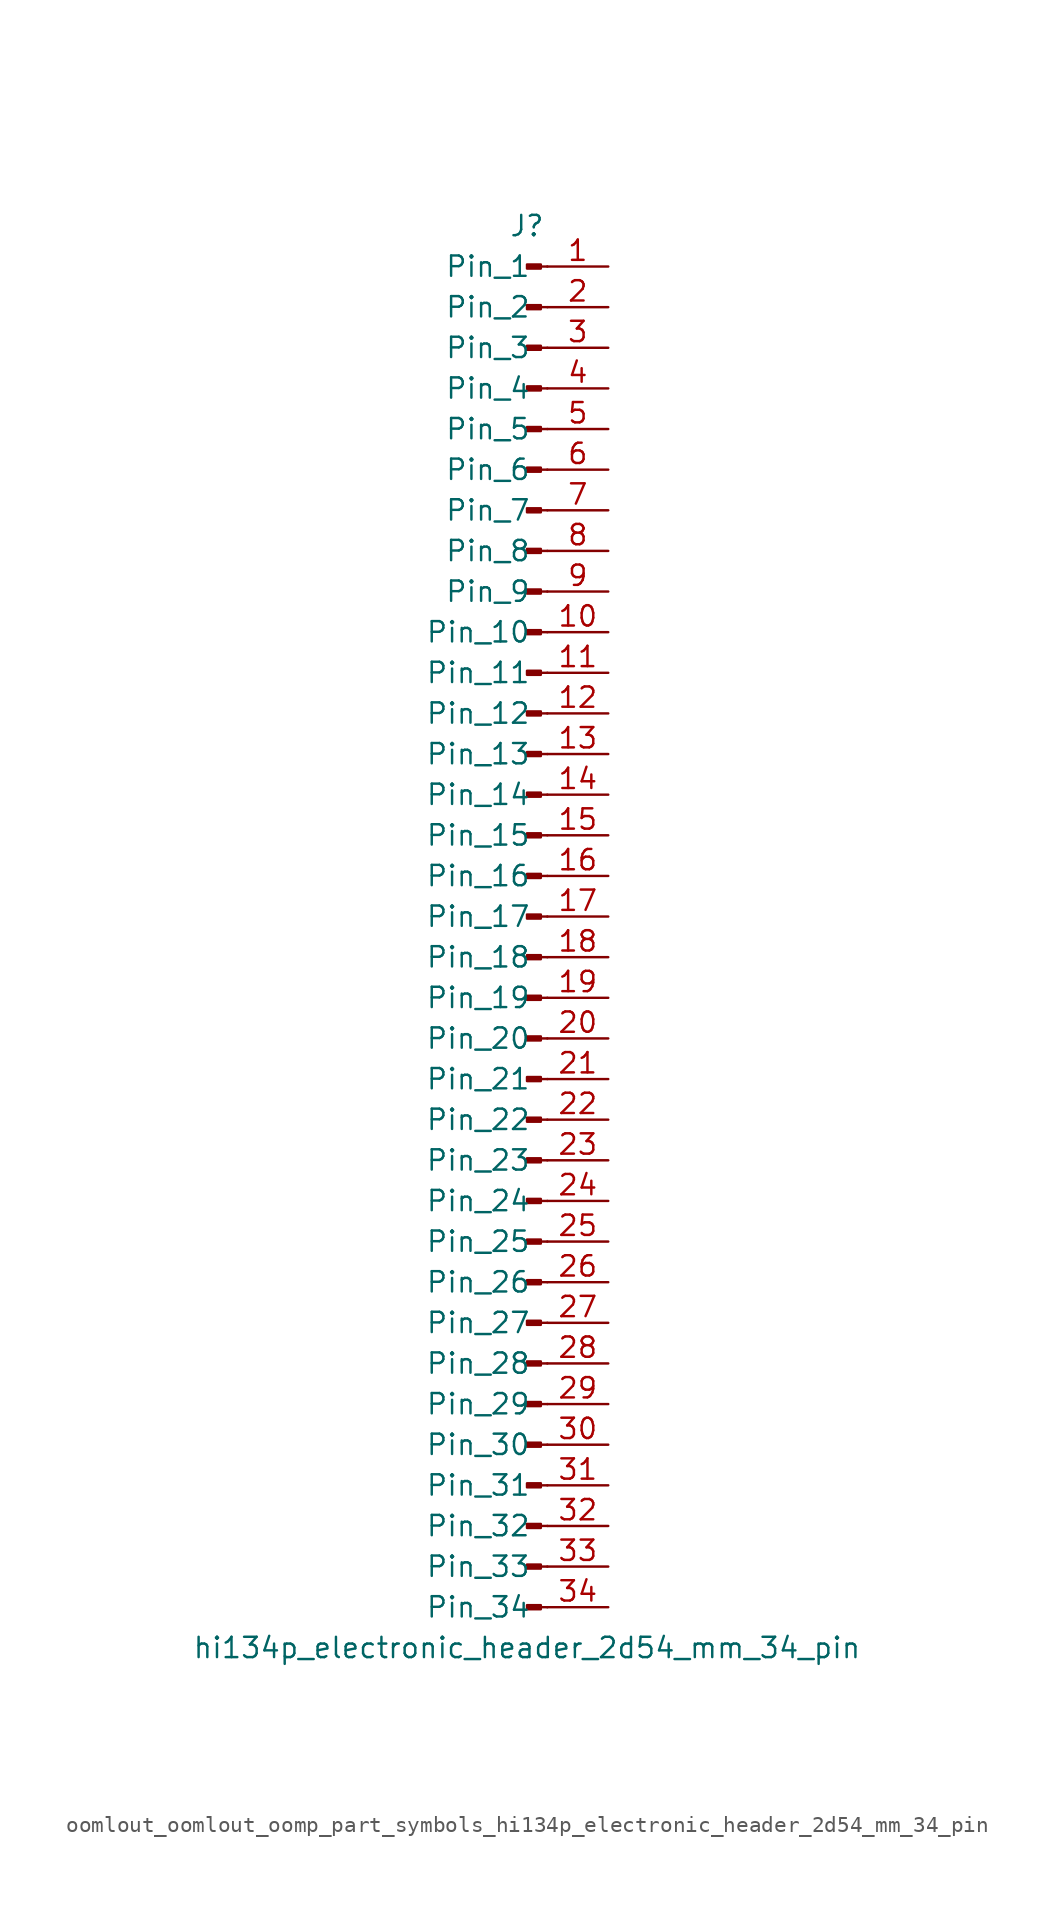
<source format=kicad_sym>
(kicad_symbol_lib
  (version 20220914)
  (generator kicad_symbol_editor)
  (symbol "oomlout_oomlout_oomp_part_symbols_hi134p_electronic_header_2d54_mm_34_pin"
    (pin_names
      (offset 1.016))
    (property "Reference" "J"
      (at 0 43.18 0)
      (effects (font (size 1.27 1.27))))
    (property "Value" "hi134p_electronic_header_2d54_mm_34_pin"
      (at 0 -45.72 0)
      (effects (font (size 1.27 1.27))))
    (property "ki_locked" ""
      (at 0 0 0)
      (effects (font (size 1.27 1.27))))
    (symbol "oomlout_oomlout_oomp_part_symbols_hi134p_electronic_header_2d54_mm_34_pin_1_1"
      (polyline (pts (xy 1.27 -43.18) (xy 0.864 -43.18)) (stroke (width 0.152) (type default)) (fill (type none)))
      (polyline (pts (xy 1.27 -40.64) (xy 0.864 -40.64)) (stroke (width 0.152) (type default)) (fill (type none)))
      (polyline (pts (xy 1.27 -38.1) (xy 0.864 -38.1)) (stroke (width 0.152) (type default)) (fill (type none)))
      (polyline (pts (xy 1.27 -35.56) (xy 0.864 -35.56)) (stroke (width 0.152) (type default)) (fill (type none)))
      (polyline (pts (xy 1.27 -33.02) (xy 0.864 -33.02)) (stroke (width 0.152) (type default)) (fill (type none)))
      (polyline (pts (xy 1.27 -30.48) (xy 0.864 -30.48)) (stroke (width 0.152) (type default)) (fill (type none)))
      (polyline (pts (xy 1.27 -27.94) (xy 0.864 -27.94)) (stroke (width 0.152) (type default)) (fill (type none)))
      (polyline (pts (xy 1.27 -25.4) (xy 0.864 -25.4)) (stroke (width 0.152) (type default)) (fill (type none)))
      (polyline (pts (xy 1.27 -22.86) (xy 0.864 -22.86)) (stroke (width 0.152) (type default)) (fill (type none)))
      (polyline (pts (xy 1.27 -20.32) (xy 0.864 -20.32)) (stroke (width 0.152) (type default)) (fill (type none)))
      (polyline (pts (xy 1.27 -17.78) (xy 0.864 -17.78)) (stroke (width 0.152) (type default)) (fill (type none)))
      (polyline (pts (xy 1.27 -15.24) (xy 0.864 -15.24)) (stroke (width 0.152) (type default)) (fill (type none)))
      (polyline (pts (xy 1.27 -12.7) (xy 0.864 -12.7)) (stroke (width 0.152) (type default)) (fill (type none)))
      (polyline (pts (xy 1.27 -10.16) (xy 0.864 -10.16)) (stroke (width 0.152) (type default)) (fill (type none)))
      (polyline (pts (xy 1.27 -7.62) (xy 0.864 -7.62)) (stroke (width 0.152) (type default)) (fill (type none)))
      (polyline (pts (xy 1.27 -5.08) (xy 0.864 -5.08)) (stroke (width 0.152) (type default)) (fill (type none)))
      (polyline (pts (xy 1.27 -2.54) (xy 0.864 -2.54)) (stroke (width 0.152) (type default)) (fill (type none)))
      (polyline (pts (xy 1.27 0) (xy 0.864 0)) (stroke (width 0.152) (type default)) (fill (type none)))
      (polyline (pts (xy 1.27 2.54) (xy 0.864 2.54)) (stroke (width 0.152) (type default)) (fill (type none)))
      (polyline (pts (xy 1.27 5.08) (xy 0.864 5.08)) (stroke (width 0.152) (type default)) (fill (type none)))
      (polyline (pts (xy 1.27 7.62) (xy 0.864 7.62)) (stroke (width 0.152) (type default)) (fill (type none)))
      (polyline (pts (xy 1.27 10.16) (xy 0.864 10.16)) (stroke (width 0.152) (type default)) (fill (type none)))
      (polyline (pts (xy 1.27 12.7) (xy 0.864 12.7)) (stroke (width 0.152) (type default)) (fill (type none)))
      (polyline (pts (xy 1.27 15.24) (xy 0.864 15.24)) (stroke (width 0.152) (type default)) (fill (type none)))
      (polyline (pts (xy 1.27 17.78) (xy 0.864 17.78)) (stroke (width 0.152) (type default)) (fill (type none)))
      (polyline (pts (xy 1.27 20.32) (xy 0.864 20.32)) (stroke (width 0.152) (type default)) (fill (type none)))
      (polyline (pts (xy 1.27 22.86) (xy 0.864 22.86)) (stroke (width 0.152) (type default)) (fill (type none)))
      (polyline (pts (xy 1.27 25.4) (xy 0.864 25.4)) (stroke (width 0.152) (type default)) (fill (type none)))
      (polyline (pts (xy 1.27 27.94) (xy 0.864 27.94)) (stroke (width 0.152) (type default)) (fill (type none)))
      (polyline (pts (xy 1.27 30.48) (xy 0.864 30.48)) (stroke (width 0.152) (type default)) (fill (type none)))
      (polyline (pts (xy 1.27 33.02) (xy 0.864 33.02)) (stroke (width 0.152) (type default)) (fill (type none)))
      (polyline (pts (xy 1.27 35.56) (xy 0.864 35.56)) (stroke (width 0.152) (type default)) (fill (type none)))
      (polyline (pts (xy 1.27 38.1) (xy 0.864 38.1)) (stroke (width 0.152) (type default)) (fill (type none)))
      (polyline (pts (xy 1.27 40.64) (xy 0.864 40.64)) (stroke (width 0.152) (type default)) (fill (type none)))
      (rectangle (start 0.864 -43.053) (end 0 -43.307) (stroke (width 0.152) (type default)) (fill (type outline)))
      (rectangle (start 0.864 -40.513) (end 0 -40.767) (stroke (width 0.152) (type default)) (fill (type outline)))
      (rectangle (start 0.864 -37.973) (end 0 -38.227) (stroke (width 0.152) (type default)) (fill (type outline)))
      (rectangle (start 0.864 -35.433) (end 0 -35.687) (stroke (width 0.152) (type default)) (fill (type outline)))
      (rectangle (start 0.864 -32.893) (end 0 -33.147) (stroke (width 0.152) (type default)) (fill (type outline)))
      (rectangle (start 0.864 -30.353) (end 0 -30.607) (stroke (width 0.152) (type default)) (fill (type outline)))
      (rectangle (start 0.864 -27.813) (end 0 -28.067) (stroke (width 0.152) (type default)) (fill (type outline)))
      (rectangle (start 0.864 -25.273) (end 0 -25.527) (stroke (width 0.152) (type default)) (fill (type outline)))
      (rectangle (start 0.864 -22.733) (end 0 -22.987) (stroke (width 0.152) (type default)) (fill (type outline)))
      (rectangle (start 0.864 -20.193) (end 0 -20.447) (stroke (width 0.152) (type default)) (fill (type outline)))
      (rectangle (start 0.864 -17.653) (end 0 -17.907) (stroke (width 0.152) (type default)) (fill (type outline)))
      (rectangle (start 0.864 -15.113) (end 0 -15.367) (stroke (width 0.152) (type default)) (fill (type outline)))
      (rectangle (start 0.864 -12.573) (end 0 -12.827) (stroke (width 0.152) (type default)) (fill (type outline)))
      (rectangle (start 0.864 -10.033) (end 0 -10.287) (stroke (width 0.152) (type default)) (fill (type outline)))
      (rectangle (start 0.864 -7.493) (end 0 -7.747) (stroke (width 0.152) (type default)) (fill (type outline)))
      (rectangle (start 0.864 -4.953) (end 0 -5.207) (stroke (width 0.152) (type default)) (fill (type outline)))
      (rectangle (start 0.864 -2.413) (end 0 -2.667) (stroke (width 0.152) (type default)) (fill (type outline)))
      (rectangle (start 0.864 0.127) (end 0 -0.127) (stroke (width 0.152) (type default)) (fill (type outline)))
      (rectangle (start 0.864 2.667) (end 0 2.413) (stroke (width 0.152) (type default)) (fill (type outline)))
      (rectangle (start 0.864 5.207) (end 0 4.953) (stroke (width 0.152) (type default)) (fill (type outline)))
      (rectangle (start 0.864 7.747) (end 0 7.493) (stroke (width 0.152) (type default)) (fill (type outline)))
      (rectangle (start 0.864 10.287) (end 0 10.033) (stroke (width 0.152) (type default)) (fill (type outline)))
      (rectangle (start 0.864 12.827) (end 0 12.573) (stroke (width 0.152) (type default)) (fill (type outline)))
      (rectangle (start 0.864 15.367) (end 0 15.113) (stroke (width 0.152) (type default)) (fill (type outline)))
      (rectangle (start 0.864 17.907) (end 0 17.653) (stroke (width 0.152) (type default)) (fill (type outline)))
      (rectangle (start 0.864 20.447) (end 0 20.193) (stroke (width 0.152) (type default)) (fill (type outline)))
      (rectangle (start 0.864 22.987) (end 0 22.733) (stroke (width 0.152) (type default)) (fill (type outline)))
      (rectangle (start 0.864 25.527) (end 0 25.273) (stroke (width 0.152) (type default)) (fill (type outline)))
      (rectangle (start 0.864 28.067) (end 0 27.813) (stroke (width 0.152) (type default)) (fill (type outline)))
      (rectangle (start 0.864 30.607) (end 0 30.353) (stroke (width 0.152) (type default)) (fill (type outline)))
      (rectangle (start 0.864 33.147) (end 0 32.893) (stroke (width 0.152) (type default)) (fill (type outline)))
      (rectangle (start 0.864 35.687) (end 0 35.433) (stroke (width 0.152) (type default)) (fill (type outline)))
      (rectangle (start 0.864 38.227) (end 0 37.973) (stroke (width 0.152) (type default)) (fill (type outline)))
      (rectangle (start 0.864 40.767) (end 0 40.513) (stroke (width 0.152) (type default)) (fill (type outline)))
      (pin passive line (at 5.08 40.64 180) (length 3.81) (name "Pin_1" (effects (font (size 1.27 1.27)))) (number "1" (effects (font (size 1.27 1.27)))))
      (pin passive line (at 5.08 17.78 180) (length 3.81) (name "Pin_10" (effects (font (size 1.27 1.27)))) (number "10" (effects (font (size 1.27 1.27)))))
      (pin passive line (at 5.08 15.24 180) (length 3.81) (name "Pin_11" (effects (font (size 1.27 1.27)))) (number "11" (effects (font (size 1.27 1.27)))))
      (pin passive line (at 5.08 12.7 180) (length 3.81) (name "Pin_12" (effects (font (size 1.27 1.27)))) (number "12" (effects (font (size 1.27 1.27)))))
      (pin passive line (at 5.08 10.16 180) (length 3.81) (name "Pin_13" (effects (font (size 1.27 1.27)))) (number "13" (effects (font (size 1.27 1.27)))))
      (pin passive line (at 5.08 7.62 180) (length 3.81) (name "Pin_14" (effects (font (size 1.27 1.27)))) (number "14" (effects (font (size 1.27 1.27)))))
      (pin passive line (at 5.08 5.08 180) (length 3.81) (name "Pin_15" (effects (font (size 1.27 1.27)))) (number "15" (effects (font (size 1.27 1.27)))))
      (pin passive line (at 5.08 2.54 180) (length 3.81) (name "Pin_16" (effects (font (size 1.27 1.27)))) (number "16" (effects (font (size 1.27 1.27)))))
      (pin passive line (at 5.08 0 180) (length 3.81) (name "Pin_17" (effects (font (size 1.27 1.27)))) (number "17" (effects (font (size 1.27 1.27)))))
      (pin passive line (at 5.08 -2.54 180) (length 3.81) (name "Pin_18" (effects (font (size 1.27 1.27)))) (number "18" (effects (font (size 1.27 1.27)))))
      (pin passive line (at 5.08 -5.08 180) (length 3.81) (name "Pin_19" (effects (font (size 1.27 1.27)))) (number "19" (effects (font (size 1.27 1.27)))))
      (pin passive line (at 5.08 38.1 180) (length 3.81) (name "Pin_2" (effects (font (size 1.27 1.27)))) (number "2" (effects (font (size 1.27 1.27)))))
      (pin passive line (at 5.08 -7.62 180) (length 3.81) (name "Pin_20" (effects (font (size 1.27 1.27)))) (number "20" (effects (font (size 1.27 1.27)))))
      (pin passive line (at 5.08 -10.16 180) (length 3.81) (name "Pin_21" (effects (font (size 1.27 1.27)))) (number "21" (effects (font (size 1.27 1.27)))))
      (pin passive line (at 5.08 -12.7 180) (length 3.81) (name "Pin_22" (effects (font (size 1.27 1.27)))) (number "22" (effects (font (size 1.27 1.27)))))
      (pin passive line (at 5.08 -15.24 180) (length 3.81) (name "Pin_23" (effects (font (size 1.27 1.27)))) (number "23" (effects (font (size 1.27 1.27)))))
      (pin passive line (at 5.08 -17.78 180) (length 3.81) (name "Pin_24" (effects (font (size 1.27 1.27)))) (number "24" (effects (font (size 1.27 1.27)))))
      (pin passive line (at 5.08 -20.32 180) (length 3.81) (name "Pin_25" (effects (font (size 1.27 1.27)))) (number "25" (effects (font (size 1.27 1.27)))))
      (pin passive line (at 5.08 -22.86 180) (length 3.81) (name "Pin_26" (effects (font (size 1.27 1.27)))) (number "26" (effects (font (size 1.27 1.27)))))
      (pin passive line (at 5.08 -25.4 180) (length 3.81) (name "Pin_27" (effects (font (size 1.27 1.27)))) (number "27" (effects (font (size 1.27 1.27)))))
      (pin passive line (at 5.08 -27.94 180) (length 3.81) (name "Pin_28" (effects (font (size 1.27 1.27)))) (number "28" (effects (font (size 1.27 1.27)))))
      (pin passive line (at 5.08 -30.48 180) (length 3.81) (name "Pin_29" (effects (font (size 1.27 1.27)))) (number "29" (effects (font (size 1.27 1.27)))))
      (pin passive line (at 5.08 35.56 180) (length 3.81) (name "Pin_3" (effects (font (size 1.27 1.27)))) (number "3" (effects (font (size 1.27 1.27)))))
      (pin passive line (at 5.08 -33.02 180) (length 3.81) (name "Pin_30" (effects (font (size 1.27 1.27)))) (number "30" (effects (font (size 1.27 1.27)))))
      (pin passive line (at 5.08 -35.56 180) (length 3.81) (name "Pin_31" (effects (font (size 1.27 1.27)))) (number "31" (effects (font (size 1.27 1.27)))))
      (pin passive line (at 5.08 -38.1 180) (length 3.81) (name "Pin_32" (effects (font (size 1.27 1.27)))) (number "32" (effects (font (size 1.27 1.27)))))
      (pin passive line (at 5.08 -40.64 180) (length 3.81) (name "Pin_33" (effects (font (size 1.27 1.27)))) (number "33" (effects (font (size 1.27 1.27)))))
      (pin passive line (at 5.08 -43.18 180) (length 3.81) (name "Pin_34" (effects (font (size 1.27 1.27)))) (number "34" (effects (font (size 1.27 1.27)))))
      (pin passive line (at 5.08 33.02 180) (length 3.81) (name "Pin_4" (effects (font (size 1.27 1.27)))) (number "4" (effects (font (size 1.27 1.27)))))
      (pin passive line (at 5.08 30.48 180) (length 3.81) (name "Pin_5" (effects (font (size 1.27 1.27)))) (number "5" (effects (font (size 1.27 1.27)))))
      (pin passive line (at 5.08 27.94 180) (length 3.81) (name "Pin_6" (effects (font (size 1.27 1.27)))) (number "6" (effects (font (size 1.27 1.27)))))
      (pin passive line (at 5.08 25.4 180) (length 3.81) (name "Pin_7" (effects (font (size 1.27 1.27)))) (number "7" (effects (font (size 1.27 1.27)))))
      (pin passive line (at 5.08 22.86 180) (length 3.81) (name "Pin_8" (effects (font (size 1.27 1.27)))) (number "8" (effects (font (size 1.27 1.27)))))
      (pin passive line (at 5.08 20.32 180) (length 3.81) (name "Pin_9" (effects (font (size 1.27 1.27)))) (number "9" (effects (font (size 1.27 1.27))))))))
</source>
